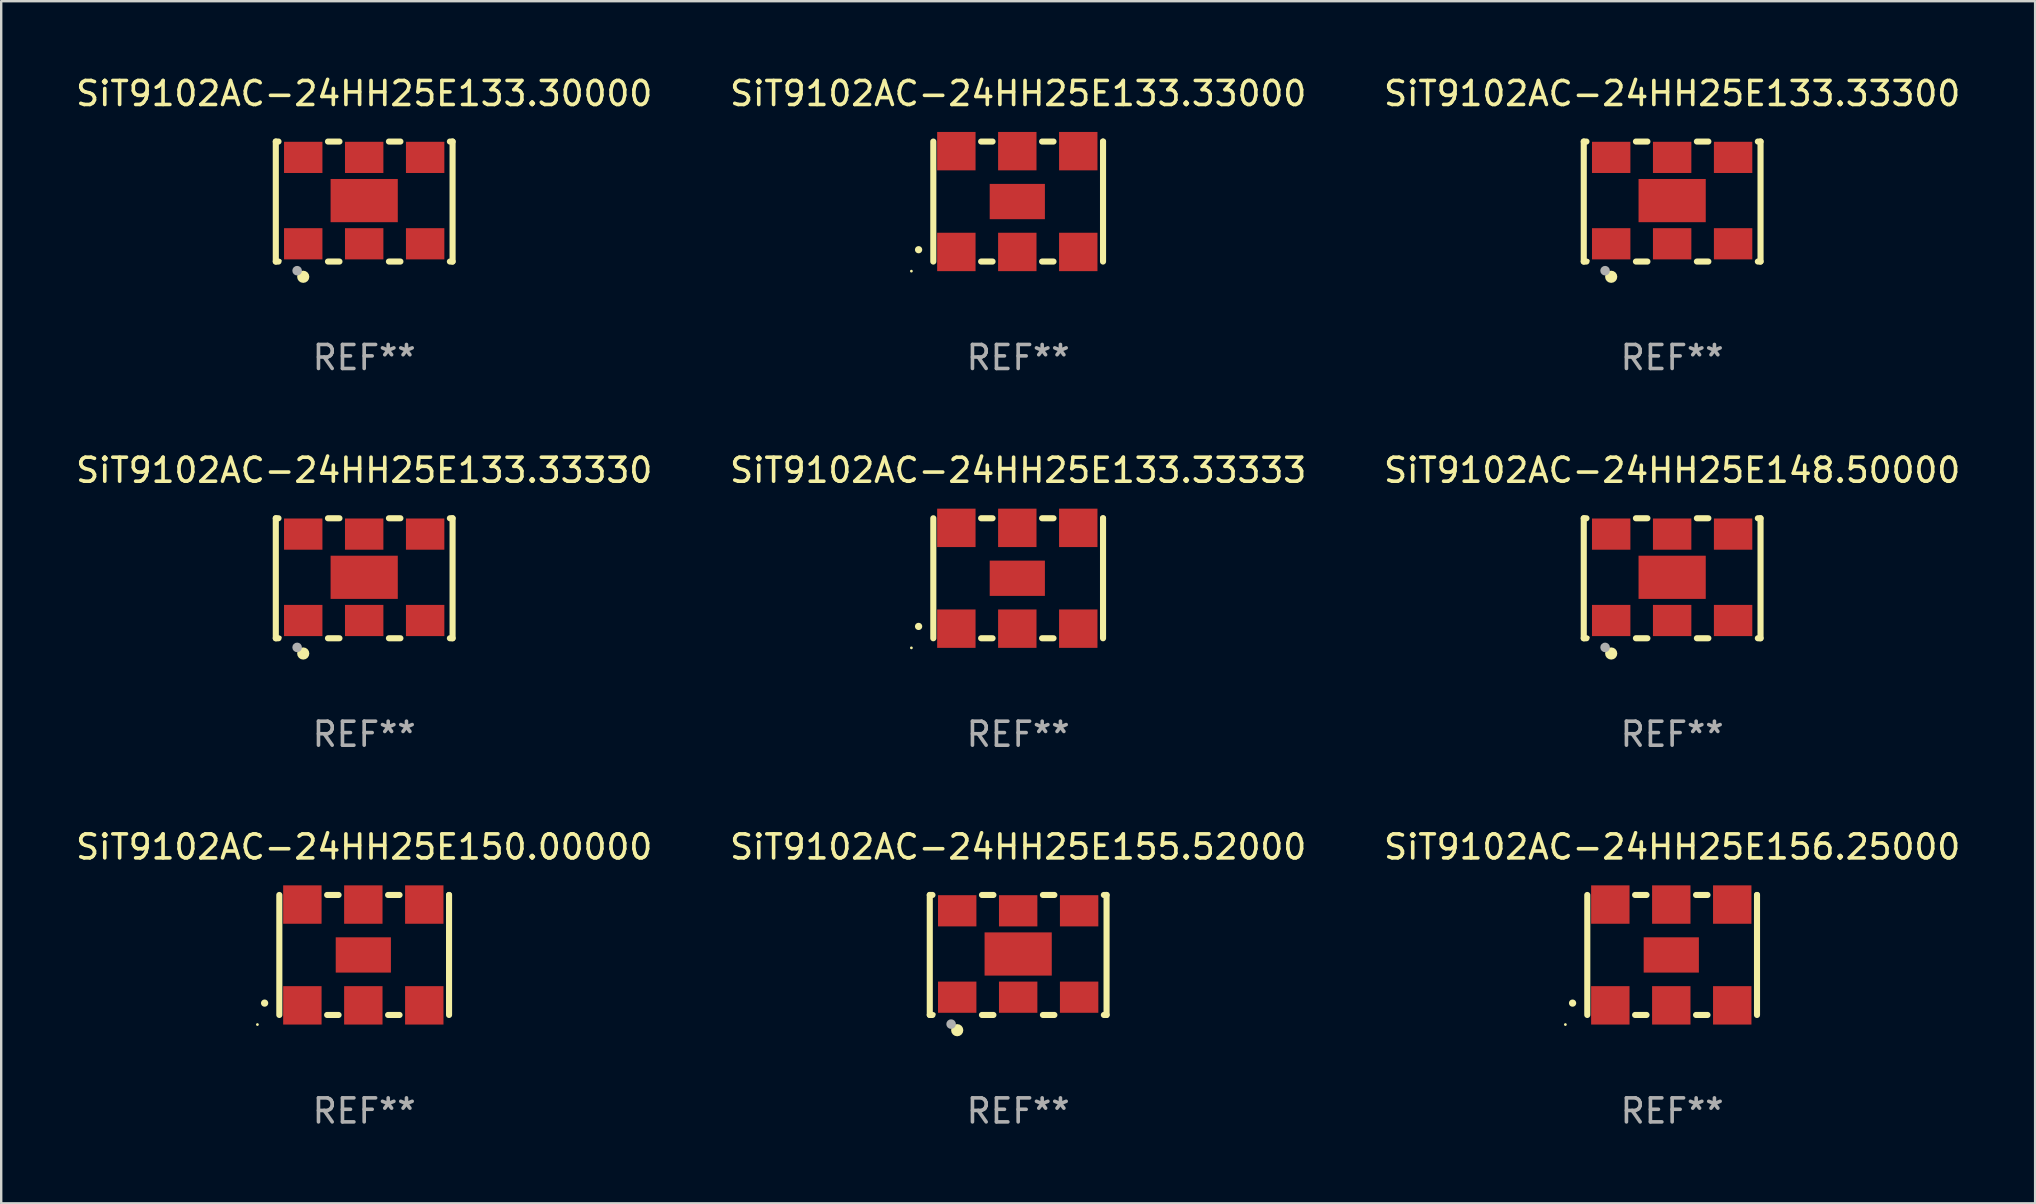
<source format=kicad_pcb>
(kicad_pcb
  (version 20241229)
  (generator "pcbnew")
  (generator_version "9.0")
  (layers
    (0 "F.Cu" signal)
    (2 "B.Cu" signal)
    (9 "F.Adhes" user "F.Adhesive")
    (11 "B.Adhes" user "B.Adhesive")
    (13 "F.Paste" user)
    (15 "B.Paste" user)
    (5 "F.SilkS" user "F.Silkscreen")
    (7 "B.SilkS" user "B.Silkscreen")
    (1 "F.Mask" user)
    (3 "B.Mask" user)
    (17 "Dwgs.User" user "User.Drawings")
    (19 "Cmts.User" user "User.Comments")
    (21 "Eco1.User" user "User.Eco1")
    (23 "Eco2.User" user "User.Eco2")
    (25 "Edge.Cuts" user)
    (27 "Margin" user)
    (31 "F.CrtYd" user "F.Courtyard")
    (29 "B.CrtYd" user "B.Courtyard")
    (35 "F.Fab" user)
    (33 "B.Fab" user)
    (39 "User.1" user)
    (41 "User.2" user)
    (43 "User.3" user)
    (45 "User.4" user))
  (footprint "SiT9102AC-24HH25E133.33000"
    (layer "F.Cu")
    (at 39.375 5.348)
    (property "Reference" "SiT9102AC-24HH25E133.33000" (at 0 -4.5 0) (layer "F.SilkS") (effects (font (size 1 1) (thickness 0.15))))
    (attr through_hole)
    (fp_line (start -3.536 -2.5) (end -3.536 2.5) (stroke (width 0.254) (type solid)) (layer "F.SilkS"))
    (fp_line (start -1.544 2.5) (end -1.067 2.5) (stroke (width 0.254) (type solid)) (layer "F.SilkS"))
    (fp_line (start -1.067 -2.5) (end -1.544 -2.5) (stroke (width 0.254) (type solid)) (layer "F.SilkS"))
    (fp_line (start 0.996 2.5) (end 1.473 2.5) (stroke (width 0.254) (type solid)) (layer "F.SilkS"))
    (fp_line (start 1.473 -2.5) (end 0.996 -2.5) (stroke (width 0.254) (type solid)) (layer "F.SilkS"))
    (fp_line (start 3.536 -2.5) (end 3.536 -2.5) (stroke (width 0.254) (type solid)) (layer "F.SilkS"))
    (fp_line (start 3.536 2.5) (end 3.536 -2.5) (stroke (width 0.254) (type solid)) (layer "F.SilkS"))
    (fp_arc (start -4.150432 2.006604) (mid -4.149162 2.006599) (end -4.147892 2.006604) (stroke (width 0.3) (type solid)) (layer "F.SilkS"))
    (fp_circle (center -4.449 2.9) (end -4.419 2.9) (stroke (width 0.06) (type solid)) (fill no) (layer "F.SilkS"))
    (fp_text user "REF**" (at 0 6.5 0) (layer "F.Fab") (effects (font (size 1 1) (thickness 0.15))))
    (pad "1" smd rect (at -2.576 2.1) (size 1.6 1.6) (layers "F.Cu" "F.Mask" "F.Paste"))
    (pad "2" smd rect (at -0.036 2.1) (size 1.6 1.6) (layers "F.Cu" "F.Mask" "F.Paste"))
    (pad "3" smd rect (at 2.504 2.1) (size 1.6 1.6) (layers "F.Cu" "F.Mask" "F.Paste"))
    (pad "4" smd rect (at 2.504 -2.1) (size 1.6 1.6) (layers "F.Cu" "F.Mask" "F.Paste"))
    (pad "5" smd rect (at -0.036 -2.1) (size 1.6 1.6) (layers "F.Cu" "F.Mask" "F.Paste"))
    (pad "6" smd rect (at -2.576 -2.1) (size 1.6 1.6) (layers "F.Cu" "F.Mask" "F.Paste"))
    (pad "7" smd rect (at -0.036 0) (size 2.3 1.47) (layers "F.Cu" "F.Mask" "F.Paste")))
  (footprint "SiT9102AC-24HH25E133.33300"
    (layer "F.Cu")
    (at 66.625 5.348)
    (property "Reference" "SiT9102AC-24HH25E133.33300" (at 0 -4.5 0) (layer "F.SilkS") (effects (font (size 1 1) (thickness 0.15))))
    (attr through_hole)
    (fp_line (start -3.683 -2.5) (end -3.571 -2.5) (stroke (width 0.254) (type solid)) (layer "F.SilkS"))
    (fp_line (start -3.683 2.5) (end -3.683 -2.5) (stroke (width 0.254) (type solid)) (layer "F.SilkS"))
    (fp_line (start -3.683 2.5) (end -3.571 2.5) (stroke (width 0.254) (type solid)) (layer "F.SilkS"))
    (fp_line (start -1.509 -2.5) (end -1.031 -2.5) (stroke (width 0.254) (type solid)) (layer "F.SilkS"))
    (fp_line (start -1.509 2.5) (end -1.031 2.5) (stroke (width 0.254) (type solid)) (layer "F.SilkS"))
    (fp_line (start 1.031 -2.5) (end 1.509 -2.5) (stroke (width 0.254) (type solid)) (layer "F.SilkS"))
    (fp_line (start 1.031 2.5) (end 1.509 2.5) (stroke (width 0.254) (type solid)) (layer "F.SilkS"))
    (fp_line (start 3.571 -2.5) (end 3.683 -2.5) (stroke (width 0.254) (type solid)) (layer "F.SilkS"))
    (fp_line (start 3.571 2.5) (end 3.683 2.5) (stroke (width 0.254) (type solid)) (layer "F.SilkS"))
    (fp_line (start 3.683 2.5) (end 3.683 -2.5) (stroke (width 0.254) (type solid)) (layer "F.SilkS"))
    (fp_circle (center -3.5 2.46) (end -3.47 2.46) (stroke (width 0.06) (type solid)) (fill no) (layer "F.SilkS"))
    (fp_circle (center -2.54 3.135) (end -2.413 3.135) (stroke (width 0.254) (type solid)) (fill no) (layer "F.SilkS"))
    (fp_circle (center -2.794 2.881) (end -2.694 2.881) (stroke (width 0.2) (type solid)) (fill no) (layer "F.Fab"))
    (fp_text user "REF**" (at 0 6.5 0) (layer "F.Fab") (effects (font (size 1 1) (thickness 0.15))))
    (pad "1" smd rect (at -2.54 1.76) (size 1.6 1.3) (layers "F.Cu" "F.Mask" "F.Paste"))
    (pad "2" smd rect (at 0 1.76) (size 1.6 1.3) (layers "F.Cu" "F.Mask" "F.Paste"))
    (pad "3" smd rect (at 2.54 1.76) (size 1.6 1.3) (layers "F.Cu" "F.Mask" "F.Paste"))
    (pad "4" smd rect (at 2.54 -1.84) (size 1.6 1.3) (layers "F.Cu" "F.Mask" "F.Paste"))
    (pad "5" smd rect (at 0 -1.84) (size 1.6 1.3) (layers "F.Cu" "F.Mask" "F.Paste"))
    (pad "6" smd rect (at -2.54 -1.84) (size 1.6 1.3) (layers "F.Cu" "F.Mask" "F.Paste"))
    (pad "7" smd rect (at 0 -0.04) (size 2.8 1.8) (layers "F.Cu" "F.Mask" "F.Paste")))
  (footprint "SiT9102AC-24HH25E150.00000"
    (layer "F.Cu")
    (at 12.125 36.741)
    (property "Reference" "SiT9102AC-24HH25E150.00000" (at 0 -4.5 0) (layer "F.SilkS") (effects (font (size 1 1) (thickness 0.15))))
    (attr through_hole)
    (fp_line (start -3.536 -2.5) (end -3.536 2.5) (stroke (width 0.254) (type solid)) (layer "F.SilkS"))
    (fp_line (start -1.544 2.5) (end -1.067 2.5) (stroke (width 0.254) (type solid)) (layer "F.SilkS"))
    (fp_line (start -1.067 -2.5) (end -1.544 -2.5) (stroke (width 0.254) (type solid)) (layer "F.SilkS"))
    (fp_line (start 0.996 2.5) (end 1.473 2.5) (stroke (width 0.254) (type solid)) (layer "F.SilkS"))
    (fp_line (start 1.473 -2.5) (end 0.996 -2.5) (stroke (width 0.254) (type solid)) (layer "F.SilkS"))
    (fp_line (start 3.536 -2.5) (end 3.536 -2.5) (stroke (width 0.254) (type solid)) (layer "F.SilkS"))
    (fp_line (start 3.536 2.5) (end 3.536 -2.5) (stroke (width 0.254) (type solid)) (layer "F.SilkS"))
    (fp_arc (start -4.150432 2.006604) (mid -4.149162 2.006599) (end -4.147892 2.006604) (stroke (width 0.3) (type solid)) (layer "F.SilkS"))
    (fp_circle (center -4.449 2.9) (end -4.419 2.9) (stroke (width 0.06) (type solid)) (fill no) (layer "F.SilkS"))
    (fp_text user "REF**" (at 0 6.5 0) (layer "F.Fab") (effects (font (size 1 1) (thickness 0.15))))
    (pad "1" smd rect (at -2.576 2.1) (size 1.6 1.6) (layers "F.Cu" "F.Mask" "F.Paste"))
    (pad "2" smd rect (at -0.036 2.1) (size 1.6 1.6) (layers "F.Cu" "F.Mask" "F.Paste"))
    (pad "3" smd rect (at 2.504 2.1) (size 1.6 1.6) (layers "F.Cu" "F.Mask" "F.Paste"))
    (pad "4" smd rect (at 2.504 -2.1) (size 1.6 1.6) (layers "F.Cu" "F.Mask" "F.Paste"))
    (pad "5" smd rect (at -0.036 -2.1) (size 1.6 1.6) (layers "F.Cu" "F.Mask" "F.Paste"))
    (pad "6" smd rect (at -2.576 -2.1) (size 1.6 1.6) (layers "F.Cu" "F.Mask" "F.Paste"))
    (pad "7" smd rect (at -0.036 0) (size 2.3 1.47) (layers "F.Cu" "F.Mask" "F.Paste")))
  (footprint "SiT9102AC-24HH25E133.30000"
    (layer "F.Cu")
    (at 12.125 5.348)
    (property "Reference" "SiT9102AC-24HH25E133.30000" (at 0 -4.5 0) (layer "F.SilkS") (effects (font (size 1 1) (thickness 0.15))))
    (attr through_hole)
    (fp_line (start -3.683 -2.5) (end -3.571 -2.5) (stroke (width 0.254) (type solid)) (layer "F.SilkS"))
    (fp_line (start -3.683 2.5) (end -3.683 -2.5) (stroke (width 0.254) (type solid)) (layer "F.SilkS"))
    (fp_line (start -3.683 2.5) (end -3.571 2.5) (stroke (width 0.254) (type solid)) (layer "F.SilkS"))
    (fp_line (start -1.509 -2.5) (end -1.031 -2.5) (stroke (width 0.254) (type solid)) (layer "F.SilkS"))
    (fp_line (start -1.509 2.5) (end -1.031 2.5) (stroke (width 0.254) (type solid)) (layer "F.SilkS"))
    (fp_line (start 1.031 -2.5) (end 1.509 -2.5) (stroke (width 0.254) (type solid)) (layer "F.SilkS"))
    (fp_line (start 1.031 2.5) (end 1.509 2.5) (stroke (width 0.254) (type solid)) (layer "F.SilkS"))
    (fp_line (start 3.571 -2.5) (end 3.683 -2.5) (stroke (width 0.254) (type solid)) (layer "F.SilkS"))
    (fp_line (start 3.571 2.5) (end 3.683 2.5) (stroke (width 0.254) (type solid)) (layer "F.SilkS"))
    (fp_line (start 3.683 2.5) (end 3.683 -2.5) (stroke (width 0.254) (type solid)) (layer "F.SilkS"))
    (fp_circle (center -3.5 2.46) (end -3.47 2.46) (stroke (width 0.06) (type solid)) (fill no) (layer "F.SilkS"))
    (fp_circle (center -2.54 3.135) (end -2.413 3.135) (stroke (width 0.254) (type solid)) (fill no) (layer "F.SilkS"))
    (fp_circle (center -2.794 2.881) (end -2.694 2.881) (stroke (width 0.2) (type solid)) (fill no) (layer "F.Fab"))
    (fp_text user "REF**" (at 0 6.5 0) (layer "F.Fab") (effects (font (size 1 1) (thickness 0.15))))
    (pad "1" smd rect (at -2.54 1.76) (size 1.6 1.3) (layers "F.Cu" "F.Mask" "F.Paste"))
    (pad "2" smd rect (at 0 1.76) (size 1.6 1.3) (layers "F.Cu" "F.Mask" "F.Paste"))
    (pad "3" smd rect (at 2.54 1.76) (size 1.6 1.3) (layers "F.Cu" "F.Mask" "F.Paste"))
    (pad "4" smd rect (at 2.54 -1.84) (size 1.6 1.3) (layers "F.Cu" "F.Mask" "F.Paste"))
    (pad "5" smd rect (at 0 -1.84) (size 1.6 1.3) (layers "F.Cu" "F.Mask" "F.Paste"))
    (pad "6" smd rect (at -2.54 -1.84) (size 1.6 1.3) (layers "F.Cu" "F.Mask" "F.Paste"))
    (pad "7" smd rect (at 0 -0.04) (size 2.8 1.8) (layers "F.Cu" "F.Mask" "F.Paste")))
  (footprint "SiT9102AC-24HH25E156.25000"
    (layer "F.Cu")
    (at 66.625 36.741)
    (property "Reference" "SiT9102AC-24HH25E156.25000" (at 0 -4.5 0) (layer "F.SilkS") (effects (font (size 1 1) (thickness 0.15))))
    (attr through_hole)
    (fp_line (start -3.536 -2.5) (end -3.536 2.5) (stroke (width 0.254) (type solid)) (layer "F.SilkS"))
    (fp_line (start -1.544 2.5) (end -1.067 2.5) (stroke (width 0.254) (type solid)) (layer "F.SilkS"))
    (fp_line (start -1.067 -2.5) (end -1.544 -2.5) (stroke (width 0.254) (type solid)) (layer "F.SilkS"))
    (fp_line (start 0.996 2.5) (end 1.473 2.5) (stroke (width 0.254) (type solid)) (layer "F.SilkS"))
    (fp_line (start 1.473 -2.5) (end 0.996 -2.5) (stroke (width 0.254) (type solid)) (layer "F.SilkS"))
    (fp_line (start 3.536 -2.5) (end 3.536 -2.5) (stroke (width 0.254) (type solid)) (layer "F.SilkS"))
    (fp_line (start 3.536 2.5) (end 3.536 -2.5) (stroke (width 0.254) (type solid)) (layer "F.SilkS"))
    (fp_arc (start -4.150432 2.006604) (mid -4.149162 2.006599) (end -4.147892 2.006604) (stroke (width 0.3) (type solid)) (layer "F.SilkS"))
    (fp_circle (center -4.449 2.9) (end -4.419 2.9) (stroke (width 0.06) (type solid)) (fill no) (layer "F.SilkS"))
    (fp_text user "REF**" (at 0 6.5 0) (layer "F.Fab") (effects (font (size 1 1) (thickness 0.15))))
    (pad "1" smd rect (at -2.576 2.1) (size 1.6 1.6) (layers "F.Cu" "F.Mask" "F.Paste"))
    (pad "2" smd rect (at -0.036 2.1) (size 1.6 1.6) (layers "F.Cu" "F.Mask" "F.Paste"))
    (pad "3" smd rect (at 2.504 2.1) (size 1.6 1.6) (layers "F.Cu" "F.Mask" "F.Paste"))
    (pad "4" smd rect (at 2.504 -2.1) (size 1.6 1.6) (layers "F.Cu" "F.Mask" "F.Paste"))
    (pad "5" smd rect (at -0.036 -2.1) (size 1.6 1.6) (layers "F.Cu" "F.Mask" "F.Paste"))
    (pad "6" smd rect (at -2.576 -2.1) (size 1.6 1.6) (layers "F.Cu" "F.Mask" "F.Paste"))
    (pad "7" smd rect (at -0.036 0) (size 2.3 1.47) (layers "F.Cu" "F.Mask" "F.Paste")))
  (footprint "SiT9102AC-24HH25E133.33330"
    (layer "F.Cu")
    (at 12.125 21.045)
    (property "Reference" "SiT9102AC-24HH25E133.33330" (at 0 -4.5 0) (layer "F.SilkS") (effects (font (size 1 1) (thickness 0.15))))
    (attr through_hole)
    (fp_line (start -3.683 -2.5) (end -3.571 -2.5) (stroke (width 0.254) (type solid)) (layer "F.SilkS"))
    (fp_line (start -3.683 2.5) (end -3.683 -2.5) (stroke (width 0.254) (type solid)) (layer "F.SilkS"))
    (fp_line (start -3.683 2.5) (end -3.571 2.5) (stroke (width 0.254) (type solid)) (layer "F.SilkS"))
    (fp_line (start -1.509 -2.5) (end -1.031 -2.5) (stroke (width 0.254) (type solid)) (layer "F.SilkS"))
    (fp_line (start -1.509 2.5) (end -1.031 2.5) (stroke (width 0.254) (type solid)) (layer "F.SilkS"))
    (fp_line (start 1.031 -2.5) (end 1.509 -2.5) (stroke (width 0.254) (type solid)) (layer "F.SilkS"))
    (fp_line (start 1.031 2.5) (end 1.509 2.5) (stroke (width 0.254) (type solid)) (layer "F.SilkS"))
    (fp_line (start 3.571 -2.5) (end 3.683 -2.5) (stroke (width 0.254) (type solid)) (layer "F.SilkS"))
    (fp_line (start 3.571 2.5) (end 3.683 2.5) (stroke (width 0.254) (type solid)) (layer "F.SilkS"))
    (fp_line (start 3.683 2.5) (end 3.683 -2.5) (stroke (width 0.254) (type solid)) (layer "F.SilkS"))
    (fp_circle (center -3.5 2.46) (end -3.47 2.46) (stroke (width 0.06) (type solid)) (fill no) (layer "F.SilkS"))
    (fp_circle (center -2.54 3.135) (end -2.413 3.135) (stroke (width 0.254) (type solid)) (fill no) (layer "F.SilkS"))
    (fp_circle (center -2.794 2.881) (end -2.694 2.881) (stroke (width 0.2) (type solid)) (fill no) (layer "F.Fab"))
    (fp_text user "REF**" (at 0 6.5 0) (layer "F.Fab") (effects (font (size 1 1) (thickness 0.15))))
    (pad "1" smd rect (at -2.54 1.76) (size 1.6 1.3) (layers "F.Cu" "F.Mask" "F.Paste"))
    (pad "2" smd rect (at 0 1.76) (size 1.6 1.3) (layers "F.Cu" "F.Mask" "F.Paste"))
    (pad "3" smd rect (at 2.54 1.76) (size 1.6 1.3) (layers "F.Cu" "F.Mask" "F.Paste"))
    (pad "4" smd rect (at 2.54 -1.84) (size 1.6 1.3) (layers "F.Cu" "F.Mask" "F.Paste"))
    (pad "5" smd rect (at 0 -1.84) (size 1.6 1.3) (layers "F.Cu" "F.Mask" "F.Paste"))
    (pad "6" smd rect (at -2.54 -1.84) (size 1.6 1.3) (layers "F.Cu" "F.Mask" "F.Paste"))
    (pad "7" smd rect (at 0 -0.04) (size 2.8 1.8) (layers "F.Cu" "F.Mask" "F.Paste")))
  (footprint "SiT9102AC-24HH25E155.52000"
    (layer "F.Cu")
    (at 39.375 36.741)
    (property "Reference" "SiT9102AC-24HH25E155.52000" (at 0 -4.5 0) (layer "F.SilkS") (effects (font (size 1 1) (thickness 0.15))))
    (attr through_hole)
    (fp_line (start -3.683 -2.5) (end -3.571 -2.5) (stroke (width 0.254) (type solid)) (layer "F.SilkS"))
    (fp_line (start -3.683 2.5) (end -3.683 -2.5) (stroke (width 0.254) (type solid)) (layer "F.SilkS"))
    (fp_line (start -3.683 2.5) (end -3.571 2.5) (stroke (width 0.254) (type solid)) (layer "F.SilkS"))
    (fp_line (start -1.509 -2.5) (end -1.031 -2.5) (stroke (width 0.254) (type solid)) (layer "F.SilkS"))
    (fp_line (start -1.509 2.5) (end -1.031 2.5) (stroke (width 0.254) (type solid)) (layer "F.SilkS"))
    (fp_line (start 1.031 -2.5) (end 1.509 -2.5) (stroke (width 0.254) (type solid)) (layer "F.SilkS"))
    (fp_line (start 1.031 2.5) (end 1.509 2.5) (stroke (width 0.254) (type solid)) (layer "F.SilkS"))
    (fp_line (start 3.571 -2.5) (end 3.683 -2.5) (stroke (width 0.254) (type solid)) (layer "F.SilkS"))
    (fp_line (start 3.571 2.5) (end 3.683 2.5) (stroke (width 0.254) (type solid)) (layer "F.SilkS"))
    (fp_line (start 3.683 2.5) (end 3.683 -2.5) (stroke (width 0.254) (type solid)) (layer "F.SilkS"))
    (fp_circle (center -3.5 2.46) (end -3.47 2.46) (stroke (width 0.06) (type solid)) (fill no) (layer "F.SilkS"))
    (fp_circle (center -2.54 3.135) (end -2.413 3.135) (stroke (width 0.254) (type solid)) (fill no) (layer "F.SilkS"))
    (fp_circle (center -2.794 2.881) (end -2.694 2.881) (stroke (width 0.2) (type solid)) (fill no) (layer "F.Fab"))
    (fp_text user "REF**" (at 0 6.5 0) (layer "F.Fab") (effects (font (size 1 1) (thickness 0.15))))
    (pad "1" smd rect (at -2.54 1.76) (size 1.6 1.3) (layers "F.Cu" "F.Mask" "F.Paste"))
    (pad "2" smd rect (at 0 1.76) (size 1.6 1.3) (layers "F.Cu" "F.Mask" "F.Paste"))
    (pad "3" smd rect (at 2.54 1.76) (size 1.6 1.3) (layers "F.Cu" "F.Mask" "F.Paste"))
    (pad "4" smd rect (at 2.54 -1.84) (size 1.6 1.3) (layers "F.Cu" "F.Mask" "F.Paste"))
    (pad "5" smd rect (at 0 -1.84) (size 1.6 1.3) (layers "F.Cu" "F.Mask" "F.Paste"))
    (pad "6" smd rect (at -2.54 -1.84) (size 1.6 1.3) (layers "F.Cu" "F.Mask" "F.Paste"))
    (pad "7" smd rect (at 0 -0.04) (size 2.8 1.8) (layers "F.Cu" "F.Mask" "F.Paste")))
  (footprint "SiT9102AC-24HH25E133.33333"
    (layer "F.Cu")
    (at 39.375 21.045)
    (property "Reference" "SiT9102AC-24HH25E133.33333" (at 0 -4.5 0) (layer "F.SilkS") (effects (font (size 1 1) (thickness 0.15))))
    (attr through_hole)
    (fp_line (start -3.536 -2.5) (end -3.536 2.5) (stroke (width 0.254) (type solid)) (layer "F.SilkS"))
    (fp_line (start -1.544 2.5) (end -1.067 2.5) (stroke (width 0.254) (type solid)) (layer "F.SilkS"))
    (fp_line (start -1.067 -2.5) (end -1.544 -2.5) (stroke (width 0.254) (type solid)) (layer "F.SilkS"))
    (fp_line (start 0.996 2.5) (end 1.473 2.5) (stroke (width 0.254) (type solid)) (layer "F.SilkS"))
    (fp_line (start 1.473 -2.5) (end 0.996 -2.5) (stroke (width 0.254) (type solid)) (layer "F.SilkS"))
    (fp_line (start 3.536 -2.5) (end 3.536 -2.5) (stroke (width 0.254) (type solid)) (layer "F.SilkS"))
    (fp_line (start 3.536 2.5) (end 3.536 -2.5) (stroke (width 0.254) (type solid)) (layer "F.SilkS"))
    (fp_arc (start -4.150432 2.006604) (mid -4.149162 2.006599) (end -4.147892 2.006604) (stroke (width 0.3) (type solid)) (layer "F.SilkS"))
    (fp_circle (center -4.449 2.9) (end -4.419 2.9) (stroke (width 0.06) (type solid)) (fill no) (layer "F.SilkS"))
    (fp_text user "REF**" (at 0 6.5 0) (layer "F.Fab") (effects (font (size 1 1) (thickness 0.15))))
    (pad "1" smd rect (at -2.576 2.1) (size 1.6 1.6) (layers "F.Cu" "F.Mask" "F.Paste"))
    (pad "2" smd rect (at -0.036 2.1) (size 1.6 1.6) (layers "F.Cu" "F.Mask" "F.Paste"))
    (pad "3" smd rect (at 2.504 2.1) (size 1.6 1.6) (layers "F.Cu" "F.Mask" "F.Paste"))
    (pad "4" smd rect (at 2.504 -2.1) (size 1.6 1.6) (layers "F.Cu" "F.Mask" "F.Paste"))
    (pad "5" smd rect (at -0.036 -2.1) (size 1.6 1.6) (layers "F.Cu" "F.Mask" "F.Paste"))
    (pad "6" smd rect (at -2.576 -2.1) (size 1.6 1.6) (layers "F.Cu" "F.Mask" "F.Paste"))
    (pad "7" smd rect (at -0.036 0) (size 2.3 1.47) (layers "F.Cu" "F.Mask" "F.Paste")))
  (footprint "SiT9102AC-24HH25E148.50000"
    (layer "F.Cu")
    (at 66.625 21.045)
    (property "Reference" "SiT9102AC-24HH25E148.50000" (at 0 -4.5 0) (layer "F.SilkS") (effects (font (size 1 1) (thickness 0.15))))
    (attr through_hole)
    (fp_line (start -3.683 -2.5) (end -3.571 -2.5) (stroke (width 0.254) (type solid)) (layer "F.SilkS"))
    (fp_line (start -3.683 2.5) (end -3.683 -2.5) (stroke (width 0.254) (type solid)) (layer "F.SilkS"))
    (fp_line (start -3.683 2.5) (end -3.571 2.5) (stroke (width 0.254) (type solid)) (layer "F.SilkS"))
    (fp_line (start -1.509 -2.5) (end -1.031 -2.5) (stroke (width 0.254) (type solid)) (layer "F.SilkS"))
    (fp_line (start -1.509 2.5) (end -1.031 2.5) (stroke (width 0.254) (type solid)) (layer "F.SilkS"))
    (fp_line (start 1.031 -2.5) (end 1.509 -2.5) (stroke (width 0.254) (type solid)) (layer "F.SilkS"))
    (fp_line (start 1.031 2.5) (end 1.509 2.5) (stroke (width 0.254) (type solid)) (layer "F.SilkS"))
    (fp_line (start 3.571 -2.5) (end 3.683 -2.5) (stroke (width 0.254) (type solid)) (layer "F.SilkS"))
    (fp_line (start 3.571 2.5) (end 3.683 2.5) (stroke (width 0.254) (type solid)) (layer "F.SilkS"))
    (fp_line (start 3.683 2.5) (end 3.683 -2.5) (stroke (width 0.254) (type solid)) (layer "F.SilkS"))
    (fp_circle (center -3.5 2.46) (end -3.47 2.46) (stroke (width 0.06) (type solid)) (fill no) (layer "F.SilkS"))
    (fp_circle (center -2.54 3.135) (end -2.413 3.135) (stroke (width 0.254) (type solid)) (fill no) (layer "F.SilkS"))
    (fp_circle (center -2.794 2.881) (end -2.694 2.881) (stroke (width 0.2) (type solid)) (fill no) (layer "F.Fab"))
    (fp_text user "REF**" (at 0 6.5 0) (layer "F.Fab") (effects (font (size 1 1) (thickness 0.15))))
    (pad "1" smd rect (at -2.54 1.76) (size 1.6 1.3) (layers "F.Cu" "F.Mask" "F.Paste"))
    (pad "2" smd rect (at 0 1.76) (size 1.6 1.3) (layers "F.Cu" "F.Mask" "F.Paste"))
    (pad "3" smd rect (at 2.54 1.76) (size 1.6 1.3) (layers "F.Cu" "F.Mask" "F.Paste"))
    (pad "4" smd rect (at 2.54 -1.84) (size 1.6 1.3) (layers "F.Cu" "F.Mask" "F.Paste"))
    (pad "5" smd rect (at 0 -1.84) (size 1.6 1.3) (layers "F.Cu" "F.Mask" "F.Paste"))
    (pad "6" smd rect (at -2.54 -1.84) (size 1.6 1.3) (layers "F.Cu" "F.Mask" "F.Paste"))
    (pad "7" smd rect (at 0 -0.04) (size 2.8 1.8) (layers "F.Cu" "F.Mask" "F.Paste")))
  (gr_rect
    (start -3 -3)
    (end 81.75 47.09)
    (stroke (width 0.1) (type default))
    (fill no)
    (layer "Edge.Cuts")))
</source>
